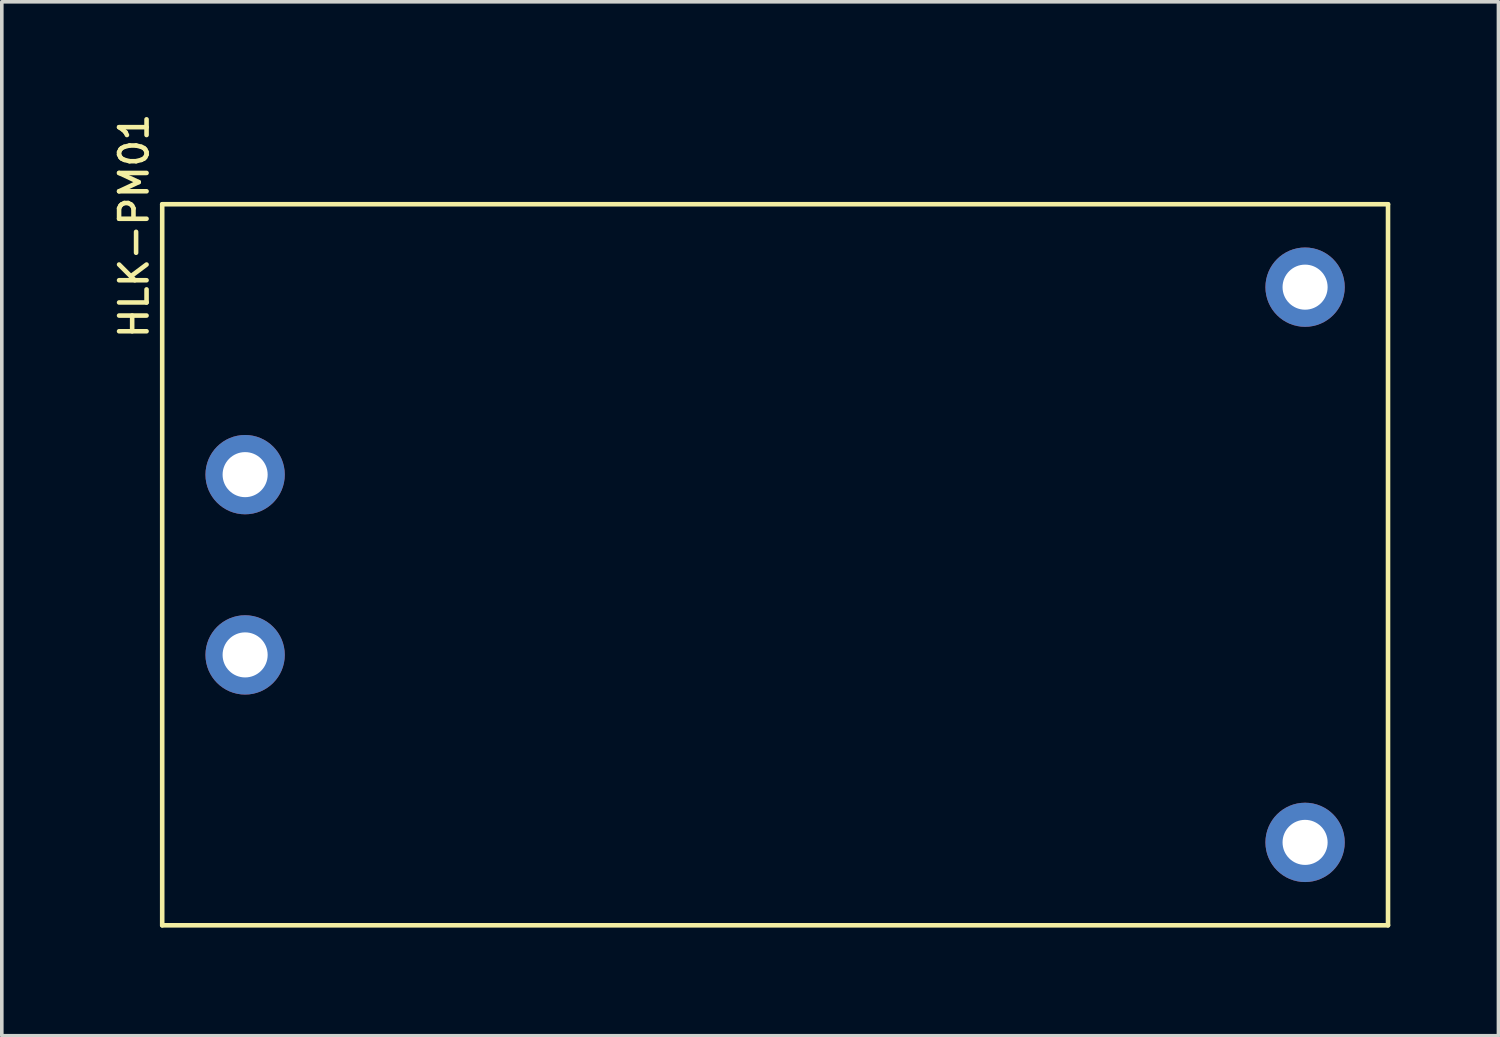
<source format=kicad_pcb>
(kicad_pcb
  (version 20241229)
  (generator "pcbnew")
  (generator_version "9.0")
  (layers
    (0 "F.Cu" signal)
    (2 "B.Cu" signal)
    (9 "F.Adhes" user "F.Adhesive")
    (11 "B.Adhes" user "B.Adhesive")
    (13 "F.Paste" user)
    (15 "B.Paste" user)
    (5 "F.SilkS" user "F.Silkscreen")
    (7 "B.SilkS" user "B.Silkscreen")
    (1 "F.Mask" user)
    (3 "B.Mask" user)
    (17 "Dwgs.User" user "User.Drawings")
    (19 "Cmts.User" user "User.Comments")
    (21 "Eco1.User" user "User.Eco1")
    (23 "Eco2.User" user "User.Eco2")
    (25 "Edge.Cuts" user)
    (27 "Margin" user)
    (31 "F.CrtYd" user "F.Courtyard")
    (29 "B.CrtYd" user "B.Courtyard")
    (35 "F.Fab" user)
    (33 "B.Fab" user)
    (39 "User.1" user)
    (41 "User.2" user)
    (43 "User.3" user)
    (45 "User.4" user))
  (footprint "HLK-PM01"
    (layer "F.Cu")
    (at 18.449 12.615)
    (property "Reference" "HLK-PM01" (at -17.78 -9.398 90) (layer "F.SilkS") (effects (font (size 0.762 0.762) (thickness 0.127))))
    (attr through_hole)
    (fp_line (start -17 -10) (end -17 10) (stroke (width 0.127) (type solid)) (layer "F.SilkS"))
    (fp_line (start -17 10) (end 17 10) (stroke (width 0.127) (type solid)) (layer "F.SilkS"))
    (fp_line (start 17 -10) (end -17 -10) (stroke (width 0.127) (type solid)) (layer "F.SilkS"))
    (fp_line (start 17 10) (end 17 -10) (stroke (width 0.127) (type solid)) (layer "F.SilkS"))
    (pad "1" thru_hole circle (at -14.7 -2.5) (size 2.2 2.2) (drill 1.25) (layers "*.Cu" "*.Mask"))
    (pad "2" thru_hole circle (at -14.7 2.5) (size 2.2 2.2) (drill 1.25) (layers "*.Cu" "*.Mask"))
    (pad "3" thru_hole circle (at 14.7 -7.7) (size 2.2 2.2) (drill 1.25) (layers "*.Cu" "*.Mask"))
    (pad "4" thru_hole circle (at 14.7 7.7) (size 2.2 2.2) (drill 1.25) (layers "*.Cu" "*.Mask")))
  (gr_rect
    (start -3 -3)
    (end 38.512 25.678)
    (stroke (width 0.1) (type default))
    (fill no)
    (layer "Edge.Cuts")))
</source>
